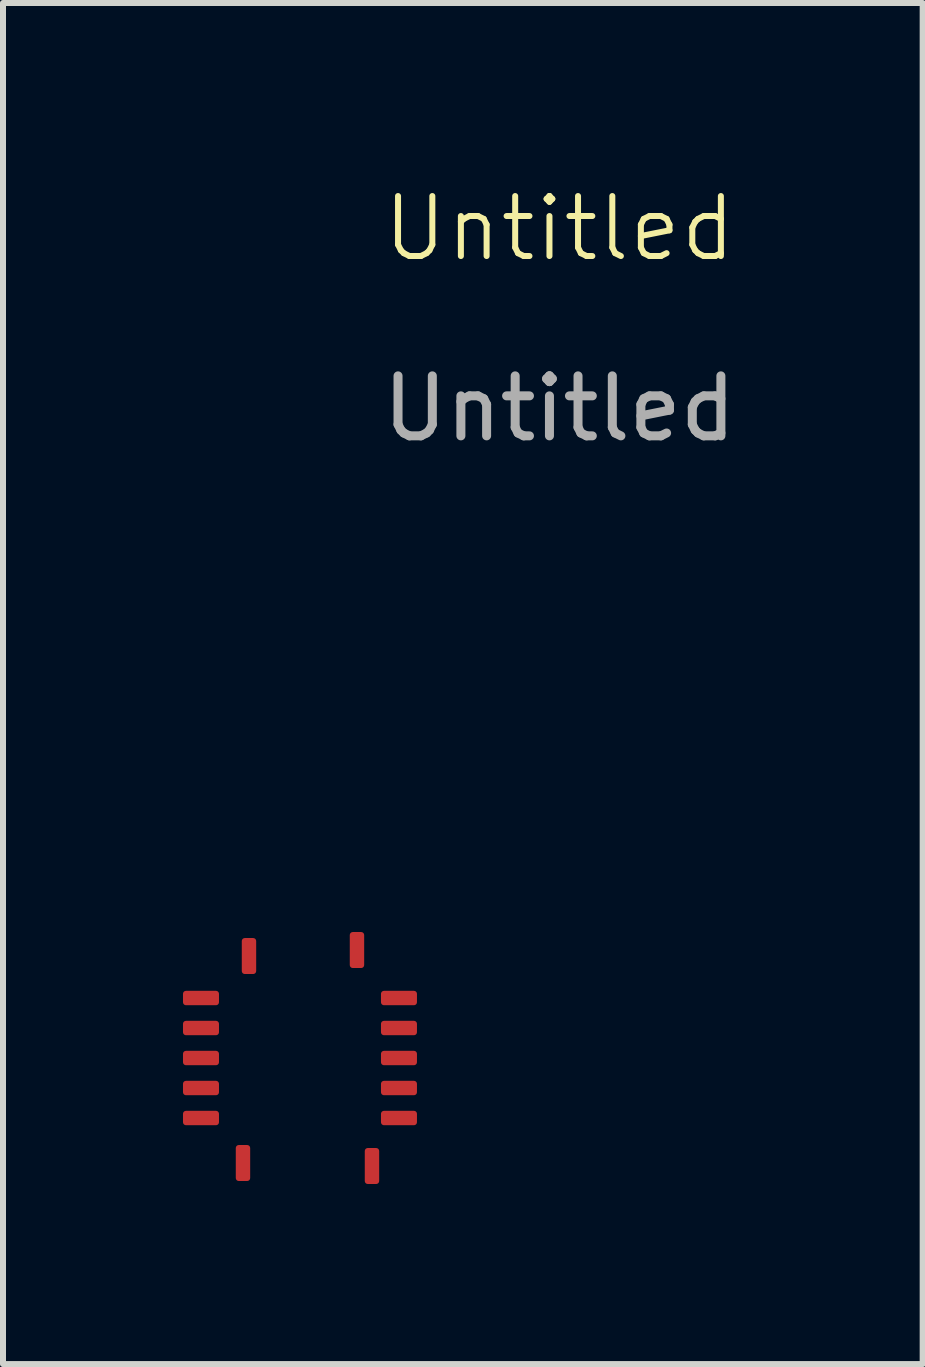
<source format=kicad_pcb>
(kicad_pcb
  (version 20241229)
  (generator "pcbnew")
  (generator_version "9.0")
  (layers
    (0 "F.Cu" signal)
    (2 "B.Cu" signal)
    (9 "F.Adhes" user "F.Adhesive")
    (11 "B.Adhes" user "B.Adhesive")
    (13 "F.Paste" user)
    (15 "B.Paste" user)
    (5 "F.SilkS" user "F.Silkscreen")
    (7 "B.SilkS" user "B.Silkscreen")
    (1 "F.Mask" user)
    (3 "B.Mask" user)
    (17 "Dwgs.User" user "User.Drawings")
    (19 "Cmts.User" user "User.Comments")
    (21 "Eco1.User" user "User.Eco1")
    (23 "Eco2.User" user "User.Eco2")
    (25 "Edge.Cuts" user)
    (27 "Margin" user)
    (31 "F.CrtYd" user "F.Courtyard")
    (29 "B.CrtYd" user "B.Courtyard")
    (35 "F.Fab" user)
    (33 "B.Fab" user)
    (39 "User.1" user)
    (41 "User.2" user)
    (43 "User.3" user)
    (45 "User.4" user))
  (footprint "Untitled"
    (layer "F.Cu")
    (at 6.3 14.335)
    (property "Reference" "Untitled" (at -0.025 -13.575 0) (unlocked yes) (layer "F.SilkS") (effects (font (size 1 1) (thickness 0.1))))
    (attr smd)
    (fp_text user "${REFERENCE}" (at -0.025 -10.575 0) (unlocked yes) (layer "F.Fab") (effects (font (size 1 1) (thickness 0.15))))
    (pad "1" smd roundrect (at -5.2 -1.45 90) (size 0.6 0.24) (layers "F.Cu" "F.Mask" "F.Paste") (roundrect_rratio 0.208))
    (pad "2" smd roundrect (at -6 -0.75) (size 0.6 0.24) (layers "F.Cu" "F.Mask" "F.Paste") (roundrect_rratio 0.208))
    (pad "3" smd roundrect (at -6 -0.25) (size 0.6 0.24) (layers "F.Cu" "F.Mask" "F.Paste") (roundrect_rratio 0.208))
    (pad "4" smd roundrect (at -6 0.25) (size 0.6 0.24) (layers "F.Cu" "F.Mask" "F.Paste") (roundrect_rratio 0.208))
    (pad "5" smd roundrect (at -6 0.75) (size 0.6 0.24) (layers "F.Cu" "F.Mask" "F.Paste") (roundrect_rratio 0.208))
    (pad "6" smd roundrect (at -6 1.25) (size 0.6 0.24) (layers "F.Cu" "F.Mask" "F.Paste") (roundrect_rratio 0.208))
    (pad "7" smd roundrect (at -5.3 2 270) (size 0.6 0.24) (layers "F.Cu" "F.Mask" "F.Paste") (roundrect_rratio 0.208))
    (pad "8" smd roundrect (at -3.15 2.05 270) (size 0.6 0.24) (layers "F.Cu" "F.Mask" "F.Paste") (roundrect_rratio 0.208))
    (pad "9" smd roundrect (at -2.7 1.25) (size 0.6 0.24) (layers "F.Cu" "F.Mask" "F.Paste") (roundrect_rratio 0.208))
    (pad "10" smd roundrect (at -2.7 0.75) (size 0.6 0.24) (layers "F.Cu" "F.Mask" "F.Paste") (roundrect_rratio 0.208))
    (pad "11" smd roundrect (at -2.7 0.25) (size 0.6 0.24) (layers "F.Cu" "F.Mask" "F.Paste") (roundrect_rratio 0.208))
    (pad "12" smd roundrect (at -2.7 -0.25) (size 0.6 0.24) (layers "F.Cu" "F.Mask" "F.Paste") (roundrect_rratio 0.208))
    (pad "13" smd roundrect (at -2.7 -0.75) (size 0.6 0.24) (layers "F.Cu" "F.Mask" "F.Paste") (roundrect_rratio 0.208))
    (pad "14" smd roundrect (at -3.4 -1.55 90) (size 0.6 0.24) (layers "F.Cu" "F.Mask" "F.Paste") (roundrect_rratio 0.208)))
  (gr_rect
    (start -3 -3)
    (end 12.329 19.686)
    (stroke (width 0.1) (type default))
    (fill no)
    (layer "Edge.Cuts")))
</source>
